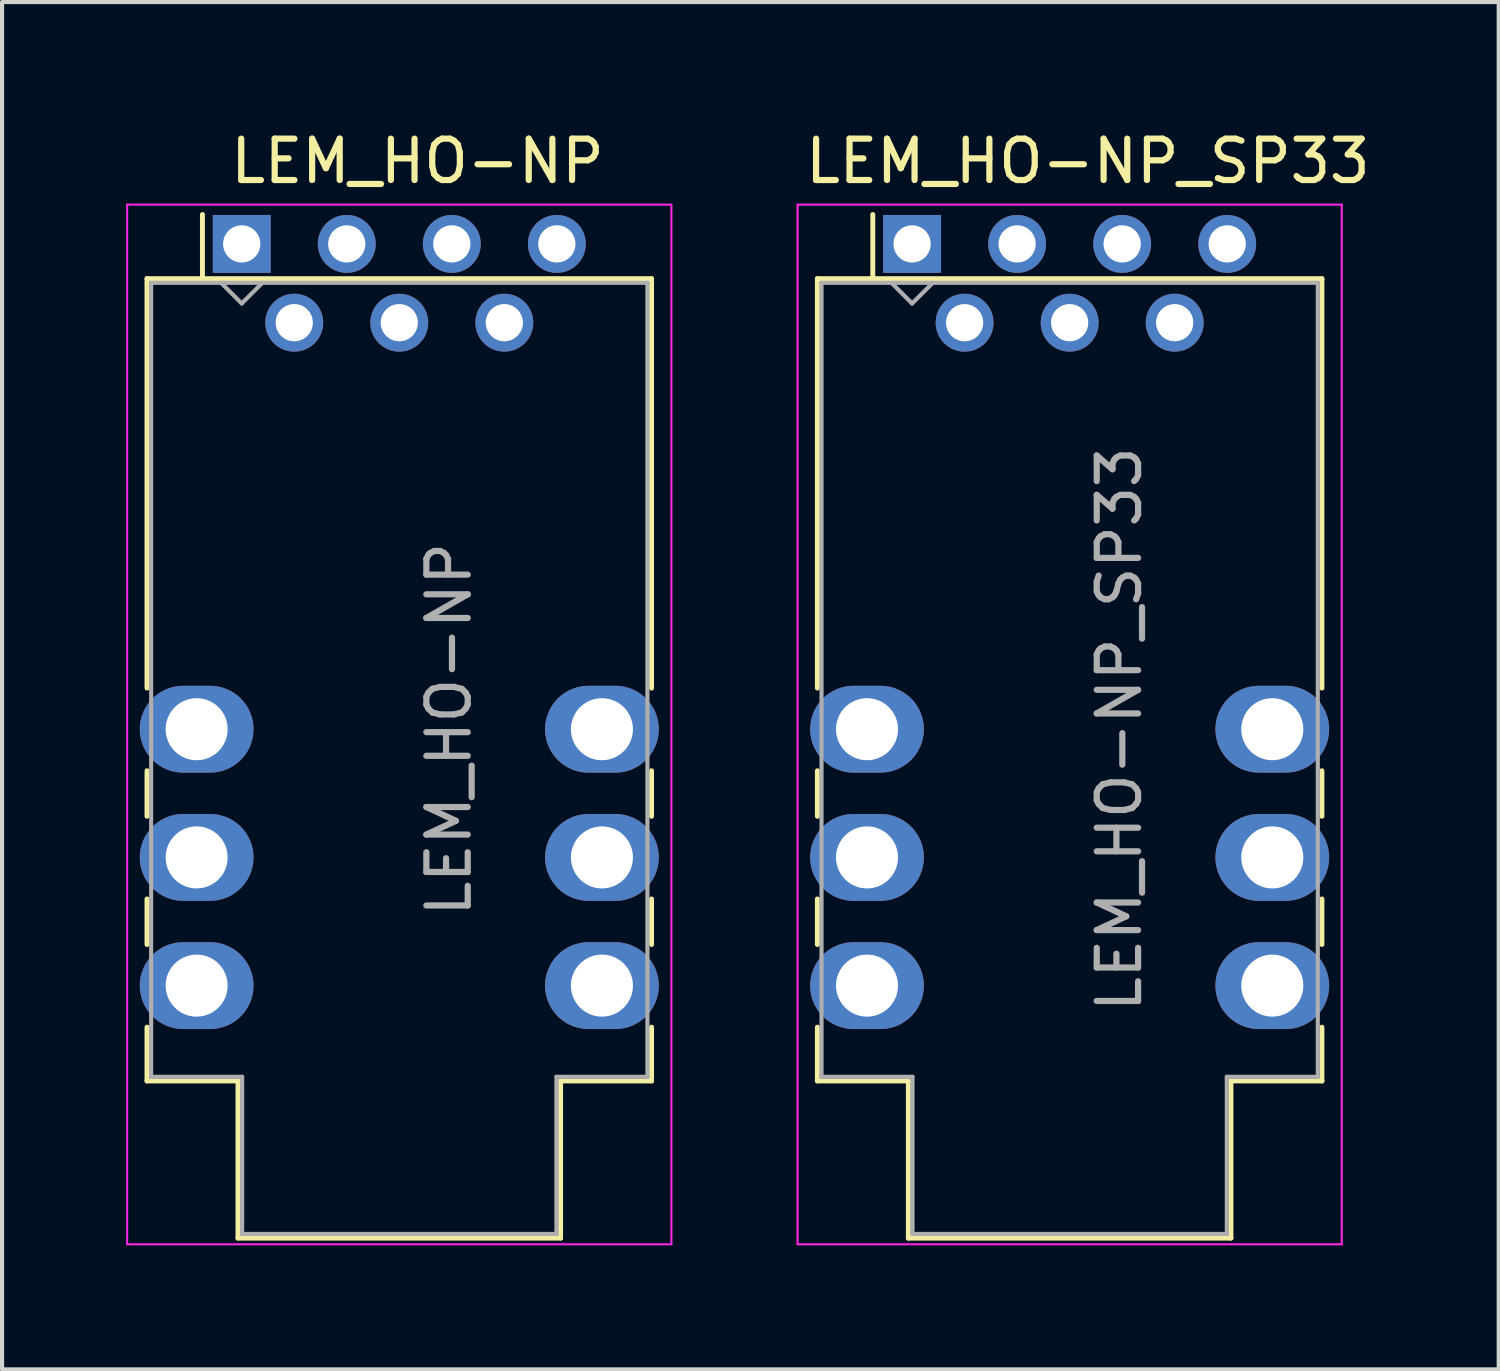
<source format=kicad_pcb>
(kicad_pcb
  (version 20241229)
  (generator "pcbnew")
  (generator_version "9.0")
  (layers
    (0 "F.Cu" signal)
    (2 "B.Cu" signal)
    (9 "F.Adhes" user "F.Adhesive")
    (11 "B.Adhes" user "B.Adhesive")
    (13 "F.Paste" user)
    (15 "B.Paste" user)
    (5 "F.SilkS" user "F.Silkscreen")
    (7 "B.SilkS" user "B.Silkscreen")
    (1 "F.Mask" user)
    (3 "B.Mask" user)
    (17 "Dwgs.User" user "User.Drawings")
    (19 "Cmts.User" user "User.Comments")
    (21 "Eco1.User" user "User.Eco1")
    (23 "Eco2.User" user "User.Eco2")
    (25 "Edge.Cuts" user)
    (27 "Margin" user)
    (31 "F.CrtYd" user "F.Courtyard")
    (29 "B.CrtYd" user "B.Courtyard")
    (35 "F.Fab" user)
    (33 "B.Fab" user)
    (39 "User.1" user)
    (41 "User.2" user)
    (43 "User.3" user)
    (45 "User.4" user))
  (footprint "LEM_HO-NP"
    (layer "F.Cu")
    (at 2.795 2.848)
    (property "Reference" "LEM_HO-NP" (at 4.25 -2 180) (layer "F.SilkS") (effects (font (size 1 1) (thickness 0.15))))
    (attr through_hole)
    (fp_line (start -2.29 0.84) (end -2.29 10.74) (stroke (width 0.12) (type solid)) (layer "F.SilkS"))
    (fp_line (start -2.29 12.74) (end -2.29 13.84) (stroke (width 0.12) (type solid)) (layer "F.SilkS"))
    (fp_line (start -2.29 15.84) (end -2.29 16.94) (stroke (width 0.12) (type solid)) (layer "F.SilkS"))
    (fp_line (start -2.29 18.94) (end -2.29 20.24) (stroke (width 0.12) (type solid)) (layer "F.SilkS"))
    (fp_line (start -2.29 20.24) (end -0.09 20.24) (stroke (width 0.12) (type solid)) (layer "F.SilkS"))
    (fp_line (start -0.95 0.84) (end -0.95 -0.71) (stroke (width 0.12) (type solid)) (layer "F.SilkS"))
    (fp_line (start -0.09 20.24) (end -0.09 24.04) (stroke (width 0.12) (type solid)) (layer "F.SilkS"))
    (fp_line (start -0.09 24.04) (end 7.71 24.04) (stroke (width 0.12) (type solid)) (layer "F.SilkS"))
    (fp_line (start 7.71 20.24) (end 9.91 20.24) (stroke (width 0.12) (type solid)) (layer "F.SilkS"))
    (fp_line (start 7.71 24.04) (end 7.71 20.24) (stroke (width 0.12) (type solid)) (layer "F.SilkS"))
    (fp_line (start 9.91 0.84) (end -2.29 0.84) (stroke (width 0.12) (type solid)) (layer "F.SilkS"))
    (fp_line (start 9.91 10.74) (end 9.91 0.84) (stroke (width 0.12) (type solid)) (layer "F.SilkS"))
    (fp_line (start 9.91 12.74) (end 9.91 13.84) (stroke (width 0.12) (type solid)) (layer "F.SilkS"))
    (fp_line (start 9.91 15.84) (end 9.91 16.94) (stroke (width 0.12) (type solid)) (layer "F.SilkS"))
    (fp_line (start 9.91 18.94) (end 9.91 20.24) (stroke (width 0.12) (type solid)) (layer "F.SilkS"))
    (fp_line (start -2.77 -0.95) (end -2.77 24.19) (stroke (width 0.05) (type solid)) (layer "F.CrtYd"))
    (fp_line (start -2.77 24.19) (end 10.39 24.19) (stroke (width 0.05) (type solid)) (layer "F.CrtYd"))
    (fp_line (start 10.39 -0.95) (end -2.77 -0.95) (stroke (width 0.05) (type solid)) (layer "F.CrtYd"))
    (fp_line (start 10.39 24.19) (end 10.39 -0.95) (stroke (width 0.05) (type solid)) (layer "F.CrtYd"))
    (fp_line (start -2.19 20.14) (end -2.19 0.94) (stroke (width 0.1) (type solid)) (layer "F.Fab"))
    (fp_line (start -0.5 0.94) (end 0 1.44) (stroke (width 0.1) (type solid)) (layer "F.Fab"))
    (fp_line (start 0 1.44) (end 0.5 0.94) (stroke (width 0.1) (type solid)) (layer "F.Fab"))
    (fp_line (start 0.01 20.14) (end -2.19 20.14) (stroke (width 0.1) (type solid)) (layer "F.Fab"))
    (fp_line (start 0.01 23.94) (end 0.01 20.14) (stroke (width 0.1) (type solid)) (layer "F.Fab"))
    (fp_line (start 0.01 23.94) (end 7.61 23.94) (stroke (width 0.1) (type solid)) (layer "F.Fab"))
    (fp_line (start 7.61 20.14) (end 9.81 20.14) (stroke (width 0.1) (type solid)) (layer "F.Fab"))
    (fp_line (start 7.61 23.94) (end 7.61 20.14) (stroke (width 0.1) (type solid)) (layer "F.Fab"))
    (fp_line (start 9.81 0.94) (end -2.19 0.94) (stroke (width 0.1) (type solid)) (layer "F.Fab"))
    (fp_line (start 9.81 0.94) (end 9.81 20.14) (stroke (width 0.1) (type solid)) (layer "F.Fab"))
    (fp_text user "${REFERENCE}" (at 5.01 11.735 270) (layer "F.Fab") (effects (font (size 1 1) (thickness 0.15))))
    (pad "1" thru_hole rect (at 0 0 270) (size 1.4 1.4) (drill 0.9) (layers "*.Cu" "*.Mask"))
    (pad "2" thru_hole circle (at 1.27 1.905 270) (size 1.4 1.4) (drill 0.9) (layers "*.Cu" "*.Mask"))
    (pad "3" thru_hole circle (at 2.54 0 270) (size 1.4 1.4) (drill 0.9) (layers "*.Cu" "*.Mask"))
    (pad "4" thru_hole circle (at 3.81 1.905 270) (size 1.4 1.4) (drill 0.9) (layers "*.Cu" "*.Mask"))
    (pad "5" thru_hole circle (at 5.08 0 270) (size 1.4 1.4) (drill 0.9) (layers "*.Cu" "*.Mask"))
    (pad "6" thru_hole circle (at 6.35 1.905 270) (size 1.4 1.4) (drill 0.9) (layers "*.Cu" "*.Mask"))
    (pad "7" thru_hole circle (at 7.62 0 270) (size 1.4 1.4) (drill 0.9) (layers "*.Cu" "*.Mask"))
    (pad "8" thru_hole oval (at 8.71 11.735 270) (size 2.1 2.75) (drill 1.5) (layers "*.Cu" "*.Mask"))
    (pad "9" thru_hole oval (at 8.71 14.835 270) (size 2.1 2.75) (drill 1.5) (layers "*.Cu" "*.Mask"))
    (pad "10" thru_hole oval (at 8.71 17.935 270) (size 2.1 2.75) (drill 1.5) (layers "*.Cu" "*.Mask"))
    (pad "11" thru_hole oval (at -1.09 17.935 270) (size 2.1 2.75) (drill 1.5) (layers "*.Cu" "*.Mask"))
    (pad "12" thru_hole oval (at -1.09 14.835 270) (size 2.1 2.75) (drill 1.5) (layers "*.Cu" "*.Mask"))
    (pad "13" thru_hole oval (at -1.09 11.735 270) (size 2.1 2.75) (drill 1.5) (layers "*.Cu" "*.Mask")))
  (footprint "LEM_HO-NP_SP33"
    (layer "F.Cu")
    (at 19.005 2.848)
    (property "Reference" "LEM_HO-NP_SP33" (at 4.25 -2 180) (layer "F.SilkS") (effects (font (size 1 1) (thickness 0.15))))
    (attr through_hole)
    (fp_line (start -2.29 0.84) (end -2.29 10.74) (stroke (width 0.12) (type solid)) (layer "F.SilkS"))
    (fp_line (start -2.29 12.74) (end -2.29 13.84) (stroke (width 0.12) (type solid)) (layer "F.SilkS"))
    (fp_line (start -2.29 15.84) (end -2.29 16.94) (stroke (width 0.12) (type solid)) (layer "F.SilkS"))
    (fp_line (start -2.29 18.94) (end -2.29 20.24) (stroke (width 0.12) (type solid)) (layer "F.SilkS"))
    (fp_line (start -2.29 20.24) (end -0.09 20.24) (stroke (width 0.12) (type solid)) (layer "F.SilkS"))
    (fp_line (start -0.95 0.84) (end -0.95 -0.71) (stroke (width 0.12) (type solid)) (layer "F.SilkS"))
    (fp_line (start -0.09 20.24) (end -0.09 24.04) (stroke (width 0.12) (type solid)) (layer "F.SilkS"))
    (fp_line (start -0.09 24.04) (end 7.71 24.04) (stroke (width 0.12) (type solid)) (layer "F.SilkS"))
    (fp_line (start 7.71 20.24) (end 9.91 20.24) (stroke (width 0.12) (type solid)) (layer "F.SilkS"))
    (fp_line (start 7.71 24.04) (end 7.71 20.24) (stroke (width 0.12) (type solid)) (layer "F.SilkS"))
    (fp_line (start 9.91 0.84) (end -2.29 0.84) (stroke (width 0.12) (type solid)) (layer "F.SilkS"))
    (fp_line (start 9.91 10.74) (end 9.91 0.84) (stroke (width 0.12) (type solid)) (layer "F.SilkS"))
    (fp_line (start 9.91 12.74) (end 9.91 13.84) (stroke (width 0.12) (type solid)) (layer "F.SilkS"))
    (fp_line (start 9.91 15.84) (end 9.91 16.94) (stroke (width 0.12) (type solid)) (layer "F.SilkS"))
    (fp_line (start 9.91 18.94) (end 9.91 20.24) (stroke (width 0.12) (type solid)) (layer "F.SilkS"))
    (fp_line (start -2.77 -0.95) (end -2.77 24.19) (stroke (width 0.05) (type solid)) (layer "F.CrtYd"))
    (fp_line (start -2.77 24.19) (end 10.39 24.19) (stroke (width 0.05) (type solid)) (layer "F.CrtYd"))
    (fp_line (start 10.39 -0.95) (end -2.77 -0.95) (stroke (width 0.05) (type solid)) (layer "F.CrtYd"))
    (fp_line (start 10.39 24.19) (end 10.39 -0.95) (stroke (width 0.05) (type solid)) (layer "F.CrtYd"))
    (fp_line (start -2.19 20.14) (end -2.19 0.94) (stroke (width 0.1) (type solid)) (layer "F.Fab"))
    (fp_line (start -0.5 0.94) (end 0 1.44) (stroke (width 0.1) (type solid)) (layer "F.Fab"))
    (fp_line (start 0 1.44) (end 0.5 0.94) (stroke (width 0.1) (type solid)) (layer "F.Fab"))
    (fp_line (start 0.01 20.14) (end -2.19 20.14) (stroke (width 0.1) (type solid)) (layer "F.Fab"))
    (fp_line (start 0.01 23.94) (end 0.01 20.14) (stroke (width 0.1) (type solid)) (layer "F.Fab"))
    (fp_line (start 0.01 23.94) (end 7.61 23.94) (stroke (width 0.1) (type solid)) (layer "F.Fab"))
    (fp_line (start 7.61 20.14) (end 9.81 20.14) (stroke (width 0.1) (type solid)) (layer "F.Fab"))
    (fp_line (start 7.61 23.94) (end 7.61 20.14) (stroke (width 0.1) (type solid)) (layer "F.Fab"))
    (fp_line (start 9.81 0.94) (end -2.19 0.94) (stroke (width 0.1) (type solid)) (layer "F.Fab"))
    (fp_line (start 9.81 0.94) (end 9.81 20.14) (stroke (width 0.1) (type solid)) (layer "F.Fab"))
    (fp_text user "${REFERENCE}" (at 5.01 11.735 270) (layer "F.Fab") (effects (font (size 1 1) (thickness 0.15))))
    (pad "1" thru_hole rect (at 0 0 270) (size 1.4 1.4) (drill 0.9) (layers "*.Cu" "*.Mask"))
    (pad "2" thru_hole circle (at 1.27 1.905 270) (size 1.4 1.4) (drill 0.9) (layers "*.Cu" "*.Mask"))
    (pad "3" thru_hole circle (at 2.54 0 270) (size 1.4 1.4) (drill 0.9) (layers "*.Cu" "*.Mask"))
    (pad "4" thru_hole circle (at 3.81 1.905 270) (size 1.4 1.4) (drill 0.9) (layers "*.Cu" "*.Mask"))
    (pad "5" thru_hole circle (at 5.08 0 270) (size 1.4 1.4) (drill 0.9) (layers "*.Cu" "*.Mask"))
    (pad "6" thru_hole circle (at 6.35 1.905 270) (size 1.4 1.4) (drill 0.9) (layers "*.Cu" "*.Mask"))
    (pad "7" thru_hole circle (at 7.62 0 270) (size 1.4 1.4) (drill 0.9) (layers "*.Cu" "*.Mask"))
    (pad "8" thru_hole oval (at 8.71 11.735 270) (size 2.1 2.75) (drill 1.5) (layers "*.Cu" "*.Mask"))
    (pad "9" thru_hole oval (at 8.71 14.835 270) (size 2.1 2.75) (drill 1.5) (layers "*.Cu" "*.Mask"))
    (pad "10" thru_hole oval (at 8.71 17.935 270) (size 2.1 2.75) (drill 1.5) (layers "*.Cu" "*.Mask"))
    (pad "11" thru_hole oval (at -1.09 17.935 270) (size 2.1 2.75) (drill 1.5) (layers "*.Cu" "*.Mask"))
    (pad "12" thru_hole oval (at -1.09 14.835 270) (size 2.1 2.75) (drill 1.5) (layers "*.Cu" "*.Mask"))
    (pad "13" thru_hole oval (at -1.09 11.735 270) (size 2.1 2.75) (drill 1.5) (layers "*.Cu" "*.Mask")))
  (gr_rect
    (start -3 -3)
    (end 33.19 30.063)
    (stroke (width 0.1) (type default))
    (fill no)
    (layer "Edge.Cuts")))
</source>
